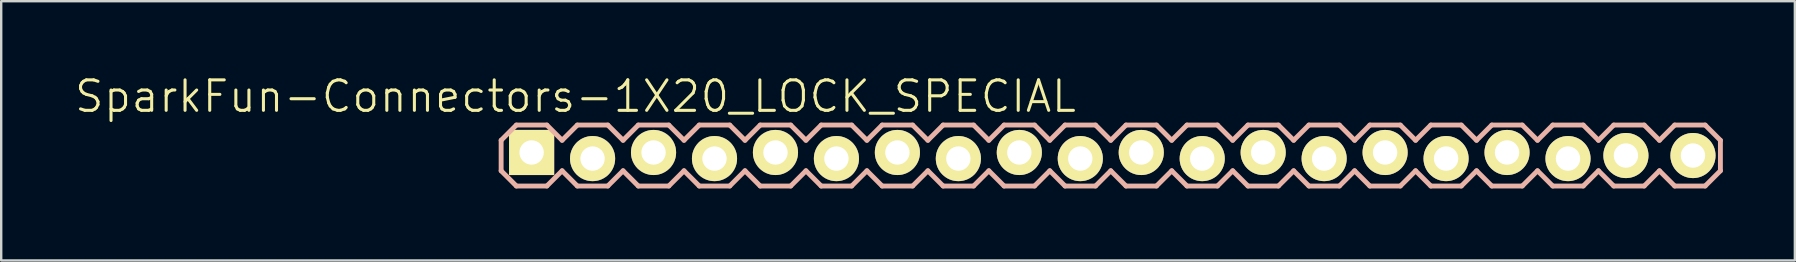
<source format=kicad_pcb>
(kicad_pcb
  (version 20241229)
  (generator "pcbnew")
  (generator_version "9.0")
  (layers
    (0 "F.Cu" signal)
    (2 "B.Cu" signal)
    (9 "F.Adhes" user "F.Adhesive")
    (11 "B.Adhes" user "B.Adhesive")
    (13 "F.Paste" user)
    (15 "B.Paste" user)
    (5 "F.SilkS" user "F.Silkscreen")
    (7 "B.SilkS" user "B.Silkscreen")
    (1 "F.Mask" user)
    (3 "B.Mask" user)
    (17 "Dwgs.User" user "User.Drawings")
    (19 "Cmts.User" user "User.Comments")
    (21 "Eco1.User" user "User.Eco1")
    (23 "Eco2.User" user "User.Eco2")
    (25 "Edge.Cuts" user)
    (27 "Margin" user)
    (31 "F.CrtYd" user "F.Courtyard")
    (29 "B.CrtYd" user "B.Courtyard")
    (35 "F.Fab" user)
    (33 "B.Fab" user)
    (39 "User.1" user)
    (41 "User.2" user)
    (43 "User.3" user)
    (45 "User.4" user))
  (footprint "SparkFun-Connectors-1X20_LOCK_SPECIAL"
    (layer "F.Cu")
    (at 19.099 3.43)
    (property "Reference" "SparkFun-Connectors-1X20_LOCK_SPECIAL" (at 1.829 -2.464 0) (layer "F.SilkS") (effects (font (size 1.27 1.27) (thickness 0.127))))
    (attr exclude_from_pos_files exclude_from_bom)
    (fp_line (start -0.254 -0.254) (end 0.254 -0.254) (stroke (width 0.066) (type solid)) (layer "F.SilkS"))
    (fp_line (start -0.254 0.254) (end -0.254 -0.254) (stroke (width 0.066) (type solid)) (layer "F.SilkS"))
    (fp_line (start -0.254 0.254) (end 0.254 0.254) (stroke (width 0.066) (type solid)) (layer "F.SilkS"))
    (fp_line (start 0.254 0.254) (end 0.254 -0.254) (stroke (width 0.066) (type solid)) (layer "F.SilkS"))
    (fp_line (start 2.286 -0.254) (end 2.794 -0.254) (stroke (width 0.066) (type solid)) (layer "F.SilkS"))
    (fp_line (start 2.286 0.254) (end 2.286 -0.254) (stroke (width 0.066) (type solid)) (layer "F.SilkS"))
    (fp_line (start 2.286 0.254) (end 2.794 0.254) (stroke (width 0.066) (type solid)) (layer "F.SilkS"))
    (fp_line (start 2.794 0.254) (end 2.794 -0.254) (stroke (width 0.066) (type solid)) (layer "F.SilkS"))
    (fp_line (start 4.826 -0.254) (end 5.334 -0.254) (stroke (width 0.066) (type solid)) (layer "F.SilkS"))
    (fp_line (start 4.826 0.254) (end 4.826 -0.254) (stroke (width 0.066) (type solid)) (layer "F.SilkS"))
    (fp_line (start 4.826 0.254) (end 5.334 0.254) (stroke (width 0.066) (type solid)) (layer "F.SilkS"))
    (fp_line (start 5.334 0.254) (end 5.334 -0.254) (stroke (width 0.066) (type solid)) (layer "F.SilkS"))
    (fp_line (start 7.366 -0.254) (end 7.874 -0.254) (stroke (width 0.066) (type solid)) (layer "F.SilkS"))
    (fp_line (start 7.366 0.254) (end 7.366 -0.254) (stroke (width 0.066) (type solid)) (layer "F.SilkS"))
    (fp_line (start 7.366 0.254) (end 7.874 0.254) (stroke (width 0.066) (type solid)) (layer "F.SilkS"))
    (fp_line (start 7.874 0.254) (end 7.874 -0.254) (stroke (width 0.066) (type solid)) (layer "F.SilkS"))
    (fp_line (start 9.906 -0.254) (end 10.414 -0.254) (stroke (width 0.066) (type solid)) (layer "F.SilkS"))
    (fp_line (start 9.906 0.254) (end 9.906 -0.254) (stroke (width 0.066) (type solid)) (layer "F.SilkS"))
    (fp_line (start 9.906 0.254) (end 10.414 0.254) (stroke (width 0.066) (type solid)) (layer "F.SilkS"))
    (fp_line (start 10.414 0.254) (end 10.414 -0.254) (stroke (width 0.066) (type solid)) (layer "F.SilkS"))
    (fp_line (start 12.446 -0.254) (end 12.954 -0.254) (stroke (width 0.066) (type solid)) (layer "F.SilkS"))
    (fp_line (start 12.446 0.254) (end 12.446 -0.254) (stroke (width 0.066) (type solid)) (layer "F.SilkS"))
    (fp_line (start 12.446 0.254) (end 12.954 0.254) (stroke (width 0.066) (type solid)) (layer "F.SilkS"))
    (fp_line (start 12.954 0.254) (end 12.954 -0.254) (stroke (width 0.066) (type solid)) (layer "F.SilkS"))
    (fp_line (start 14.986 -0.254) (end 15.494 -0.254) (stroke (width 0.066) (type solid)) (layer "F.SilkS"))
    (fp_line (start 14.986 0.254) (end 14.986 -0.254) (stroke (width 0.066) (type solid)) (layer "F.SilkS"))
    (fp_line (start 14.986 0.254) (end 15.494 0.254) (stroke (width 0.066) (type solid)) (layer "F.SilkS"))
    (fp_line (start 15.494 0.254) (end 15.494 -0.254) (stroke (width 0.066) (type solid)) (layer "F.SilkS"))
    (fp_line (start 17.523 -0.254) (end 18.034 -0.254) (stroke (width 0.066) (type solid)) (layer "F.SilkS"))
    (fp_line (start 17.523 0.254) (end 17.523 -0.254) (stroke (width 0.066) (type solid)) (layer "F.SilkS"))
    (fp_line (start 17.523 0.254) (end 18.034 0.254) (stroke (width 0.066) (type solid)) (layer "F.SilkS"))
    (fp_line (start 18.034 0.254) (end 18.034 -0.254) (stroke (width 0.066) (type solid)) (layer "F.SilkS"))
    (fp_line (start 20.066 -0.254) (end 20.574 -0.254) (stroke (width 0.066) (type solid)) (layer "F.SilkS"))
    (fp_line (start 20.066 0.254) (end 20.066 -0.254) (stroke (width 0.066) (type solid)) (layer "F.SilkS"))
    (fp_line (start 20.066 0.254) (end 20.574 0.254) (stroke (width 0.066) (type solid)) (layer "F.SilkS"))
    (fp_line (start 20.574 0.254) (end 20.574 -0.254) (stroke (width 0.066) (type solid)) (layer "F.SilkS"))
    (fp_line (start 22.606 -0.254) (end 23.114 -0.254) (stroke (width 0.066) (type solid)) (layer "F.SilkS"))
    (fp_line (start 22.606 0.254) (end 22.606 -0.254) (stroke (width 0.066) (type solid)) (layer "F.SilkS"))
    (fp_line (start 22.606 0.254) (end 23.114 0.254) (stroke (width 0.066) (type solid)) (layer "F.SilkS"))
    (fp_line (start 23.114 0.254) (end 23.114 -0.254) (stroke (width 0.066) (type solid)) (layer "F.SilkS"))
    (fp_line (start 25.146 -0.254) (end 25.654 -0.254) (stroke (width 0.066) (type solid)) (layer "F.SilkS"))
    (fp_line (start 25.146 0.254) (end 25.146 -0.254) (stroke (width 0.066) (type solid)) (layer "F.SilkS"))
    (fp_line (start 25.146 0.254) (end 25.654 0.254) (stroke (width 0.066) (type solid)) (layer "F.SilkS"))
    (fp_line (start 25.654 0.254) (end 25.654 -0.254) (stroke (width 0.066) (type solid)) (layer "F.SilkS"))
    (fp_line (start 27.686 -0.254) (end 28.194 -0.254) (stroke (width 0.066) (type solid)) (layer "F.SilkS"))
    (fp_line (start 27.686 0.254) (end 27.686 -0.254) (stroke (width 0.066) (type solid)) (layer "F.SilkS"))
    (fp_line (start 27.686 0.254) (end 28.194 0.254) (stroke (width 0.066) (type solid)) (layer "F.SilkS"))
    (fp_line (start 28.194 0.254) (end 28.194 -0.254) (stroke (width 0.066) (type solid)) (layer "F.SilkS"))
    (fp_line (start 30.226 -0.254) (end 30.734 -0.254) (stroke (width 0.066) (type solid)) (layer "F.SilkS"))
    (fp_line (start 30.226 0.254) (end 30.226 -0.254) (stroke (width 0.066) (type solid)) (layer "F.SilkS"))
    (fp_line (start 30.226 0.254) (end 30.734 0.254) (stroke (width 0.066) (type solid)) (layer "F.SilkS"))
    (fp_line (start 30.734 0.254) (end 30.734 -0.254) (stroke (width 0.066) (type solid)) (layer "F.SilkS"))
    (fp_line (start 32.766 -0.254) (end 33.274 -0.254) (stroke (width 0.066) (type solid)) (layer "F.SilkS"))
    (fp_line (start 32.766 0.254) (end 32.766 -0.254) (stroke (width 0.066) (type solid)) (layer "F.SilkS"))
    (fp_line (start 32.766 0.254) (end 33.274 0.254) (stroke (width 0.066) (type solid)) (layer "F.SilkS"))
    (fp_line (start 33.274 0.254) (end 33.274 -0.254) (stroke (width 0.066) (type solid)) (layer "F.SilkS"))
    (fp_line (start 35.303 -0.254) (end 35.814 -0.254) (stroke (width 0.066) (type solid)) (layer "F.SilkS"))
    (fp_line (start 35.303 0.254) (end 35.303 -0.254) (stroke (width 0.066) (type solid)) (layer "F.SilkS"))
    (fp_line (start 35.303 0.254) (end 35.814 0.254) (stroke (width 0.066) (type solid)) (layer "F.SilkS"))
    (fp_line (start 35.814 0.254) (end 35.814 -0.254) (stroke (width 0.066) (type solid)) (layer "F.SilkS"))
    (fp_line (start 37.846 -0.254) (end 38.354 -0.254) (stroke (width 0.066) (type solid)) (layer "F.SilkS"))
    (fp_line (start 37.846 0.254) (end 37.846 -0.254) (stroke (width 0.066) (type solid)) (layer "F.SilkS"))
    (fp_line (start 37.846 0.254) (end 38.354 0.254) (stroke (width 0.066) (type solid)) (layer "F.SilkS"))
    (fp_line (start 38.354 0.254) (end 38.354 -0.254) (stroke (width 0.066) (type solid)) (layer "F.SilkS"))
    (fp_line (start 40.386 -0.254) (end 40.894 -0.254) (stroke (width 0.066) (type solid)) (layer "F.SilkS"))
    (fp_line (start 40.386 0.254) (end 40.386 -0.254) (stroke (width 0.066) (type solid)) (layer "F.SilkS"))
    (fp_line (start 40.386 0.254) (end 40.894 0.254) (stroke (width 0.066) (type solid)) (layer "F.SilkS"))
    (fp_line (start 40.894 0.254) (end 40.894 -0.254) (stroke (width 0.066) (type solid)) (layer "F.SilkS"))
    (fp_line (start 42.926 -0.254) (end 43.434 -0.254) (stroke (width 0.066) (type solid)) (layer "F.SilkS"))
    (fp_line (start 42.926 0.254) (end 42.926 -0.254) (stroke (width 0.066) (type solid)) (layer "F.SilkS"))
    (fp_line (start 42.926 0.254) (end 43.434 0.254) (stroke (width 0.066) (type solid)) (layer "F.SilkS"))
    (fp_line (start 43.434 0.254) (end 43.434 -0.254) (stroke (width 0.066) (type solid)) (layer "F.SilkS"))
    (fp_line (start 45.466 -0.254) (end 45.974 -0.254) (stroke (width 0.066) (type solid)) (layer "F.SilkS"))
    (fp_line (start 45.466 0.254) (end 45.466 -0.254) (stroke (width 0.066) (type solid)) (layer "F.SilkS"))
    (fp_line (start 45.466 0.254) (end 45.974 0.254) (stroke (width 0.066) (type solid)) (layer "F.SilkS"))
    (fp_line (start 45.974 0.254) (end 45.974 -0.254) (stroke (width 0.066) (type solid)) (layer "F.SilkS"))
    (fp_line (start 48.006 -0.254) (end 48.514 -0.254) (stroke (width 0.066) (type solid)) (layer "F.SilkS"))
    (fp_line (start 48.006 0.254) (end 48.006 -0.254) (stroke (width 0.066) (type solid)) (layer "F.SilkS"))
    (fp_line (start 48.006 0.254) (end 48.514 0.254) (stroke (width 0.066) (type solid)) (layer "F.SilkS"))
    (fp_line (start 48.514 0.254) (end 48.514 -0.254) (stroke (width 0.066) (type solid)) (layer "F.SilkS"))
    (fp_line (start -1.27 -0.635) (end -1.27 0.635) (stroke (width 0.203) (type solid)) (layer "B.SilkS"))
    (fp_line (start -1.27 0.635) (end -0.635 1.27) (stroke (width 0.203) (type solid)) (layer "B.SilkS"))
    (fp_line (start -0.635 -1.27) (end -1.27 -0.635) (stroke (width 0.203) (type solid)) (layer "B.SilkS"))
    (fp_line (start -0.635 -1.27) (end 0.635 -1.27) (stroke (width 0.203) (type solid)) (layer "B.SilkS"))
    (fp_line (start 0.635 -1.27) (end 1.27 -0.635) (stroke (width 0.203) (type solid)) (layer "B.SilkS"))
    (fp_line (start 0.635 1.27) (end -0.635 1.27) (stroke (width 0.203) (type solid)) (layer "B.SilkS"))
    (fp_line (start 1.27 -0.635) (end 1.905 -1.27) (stroke (width 0.203) (type solid)) (layer "B.SilkS"))
    (fp_line (start 1.27 0.635) (end 0.635 1.27) (stroke (width 0.203) (type solid)) (layer "B.SilkS"))
    (fp_line (start 1.905 -1.27) (end 3.175 -1.27) (stroke (width 0.203) (type solid)) (layer "B.SilkS"))
    (fp_line (start 1.905 1.27) (end 1.27 0.635) (stroke (width 0.203) (type solid)) (layer "B.SilkS"))
    (fp_line (start 3.175 -1.27) (end 3.81 -0.635) (stroke (width 0.203) (type solid)) (layer "B.SilkS"))
    (fp_line (start 3.175 1.27) (end 1.905 1.27) (stroke (width 0.203) (type solid)) (layer "B.SilkS"))
    (fp_line (start 3.81 -0.635) (end 4.445 -1.27) (stroke (width 0.203) (type solid)) (layer "B.SilkS"))
    (fp_line (start 3.81 0.635) (end 3.175 1.27) (stroke (width 0.203) (type solid)) (layer "B.SilkS"))
    (fp_line (start 4.445 -1.27) (end 5.715 -1.27) (stroke (width 0.203) (type solid)) (layer "B.SilkS"))
    (fp_line (start 4.445 1.27) (end 3.81 0.635) (stroke (width 0.203) (type solid)) (layer "B.SilkS"))
    (fp_line (start 5.715 -1.27) (end 6.35 -0.635) (stroke (width 0.203) (type solid)) (layer "B.SilkS"))
    (fp_line (start 5.715 1.27) (end 4.445 1.27) (stroke (width 0.203) (type solid)) (layer "B.SilkS"))
    (fp_line (start 6.35 0.635) (end 5.715 1.27) (stroke (width 0.203) (type solid)) (layer "B.SilkS"))
    (fp_line (start 6.35 0.635) (end 6.985 1.27) (stroke (width 0.203) (type solid)) (layer "B.SilkS"))
    (fp_line (start 6.985 -1.27) (end 6.35 -0.635) (stroke (width 0.203) (type solid)) (layer "B.SilkS"))
    (fp_line (start 6.985 -1.27) (end 8.255 -1.27) (stroke (width 0.203) (type solid)) (layer "B.SilkS"))
    (fp_line (start 8.255 -1.27) (end 8.89 -0.635) (stroke (width 0.203) (type solid)) (layer "B.SilkS"))
    (fp_line (start 8.255 1.27) (end 6.985 1.27) (stroke (width 0.203) (type solid)) (layer "B.SilkS"))
    (fp_line (start 8.89 -0.635) (end 9.525 -1.27) (stroke (width 0.203) (type solid)) (layer "B.SilkS"))
    (fp_line (start 8.89 0.635) (end 8.255 1.27) (stroke (width 0.203) (type solid)) (layer "B.SilkS"))
    (fp_line (start 9.525 -1.27) (end 10.795 -1.27) (stroke (width 0.203) (type solid)) (layer "B.SilkS"))
    (fp_line (start 9.525 1.27) (end 8.89 0.635) (stroke (width 0.203) (type solid)) (layer "B.SilkS"))
    (fp_line (start 10.795 -1.27) (end 11.43 -0.635) (stroke (width 0.203) (type solid)) (layer "B.SilkS"))
    (fp_line (start 10.795 1.27) (end 9.525 1.27) (stroke (width 0.203) (type solid)) (layer "B.SilkS"))
    (fp_line (start 11.43 -0.635) (end 12.065 -1.27) (stroke (width 0.203) (type solid)) (layer "B.SilkS"))
    (fp_line (start 11.43 0.635) (end 10.795 1.27) (stroke (width 0.203) (type solid)) (layer "B.SilkS"))
    (fp_line (start 12.065 -1.27) (end 13.335 -1.27) (stroke (width 0.203) (type solid)) (layer "B.SilkS"))
    (fp_line (start 12.065 1.27) (end 11.43 0.635) (stroke (width 0.203) (type solid)) (layer "B.SilkS"))
    (fp_line (start 13.335 -1.27) (end 13.97 -0.635) (stroke (width 0.203) (type solid)) (layer "B.SilkS"))
    (fp_line (start 13.335 1.27) (end 12.065 1.27) (stroke (width 0.203) (type solid)) (layer "B.SilkS"))
    (fp_line (start 13.97 0.635) (end 13.335 1.27) (stroke (width 0.203) (type solid)) (layer "B.SilkS"))
    (fp_line (start 13.97 0.635) (end 14.605 1.27) (stroke (width 0.203) (type solid)) (layer "B.SilkS"))
    (fp_line (start 14.605 -1.27) (end 13.97 -0.635) (stroke (width 0.203) (type solid)) (layer "B.SilkS"))
    (fp_line (start 14.605 -1.27) (end 15.875 -1.27) (stroke (width 0.203) (type solid)) (layer "B.SilkS"))
    (fp_line (start 15.875 -1.27) (end 16.51 -0.635) (stroke (width 0.203) (type solid)) (layer "B.SilkS"))
    (fp_line (start 15.875 1.27) (end 14.605 1.27) (stroke (width 0.203) (type solid)) (layer "B.SilkS"))
    (fp_line (start 16.51 0.635) (end 15.875 1.27) (stroke (width 0.203) (type solid)) (layer "B.SilkS"))
    (fp_line (start 16.51 0.635) (end 17.145 1.27) (stroke (width 0.203) (type solid)) (layer "B.SilkS"))
    (fp_line (start 17.145 -1.27) (end 16.51 -0.635) (stroke (width 0.203) (type solid)) (layer "B.SilkS"))
    (fp_line (start 17.145 -1.27) (end 18.415 -1.27) (stroke (width 0.203) (type solid)) (layer "B.SilkS"))
    (fp_line (start 18.415 -1.27) (end 19.05 -0.635) (stroke (width 0.203) (type solid)) (layer "B.SilkS"))
    (fp_line (start 18.415 1.27) (end 17.145 1.27) (stroke (width 0.203) (type solid)) (layer "B.SilkS"))
    (fp_line (start 19.05 -0.635) (end 19.685 -1.27) (stroke (width 0.203) (type solid)) (layer "B.SilkS"))
    (fp_line (start 19.05 0.635) (end 18.415 1.27) (stroke (width 0.203) (type solid)) (layer "B.SilkS"))
    (fp_line (start 19.685 -1.27) (end 20.955 -1.27) (stroke (width 0.203) (type solid)) (layer "B.SilkS"))
    (fp_line (start 19.685 1.27) (end 19.05 0.635) (stroke (width 0.203) (type solid)) (layer "B.SilkS"))
    (fp_line (start 20.955 -1.27) (end 21.59 -0.635) (stroke (width 0.203) (type solid)) (layer "B.SilkS"))
    (fp_line (start 20.955 1.27) (end 19.685 1.27) (stroke (width 0.203) (type solid)) (layer "B.SilkS"))
    (fp_line (start 21.59 -0.635) (end 22.225 -1.27) (stroke (width 0.203) (type solid)) (layer "B.SilkS"))
    (fp_line (start 21.59 0.635) (end 20.955 1.27) (stroke (width 0.203) (type solid)) (layer "B.SilkS"))
    (fp_line (start 22.225 -1.27) (end 23.495 -1.27) (stroke (width 0.203) (type solid)) (layer "B.SilkS"))
    (fp_line (start 22.225 1.27) (end 21.59 0.635) (stroke (width 0.203) (type solid)) (layer "B.SilkS"))
    (fp_line (start 23.495 -1.27) (end 24.13 -0.635) (stroke (width 0.203) (type solid)) (layer "B.SilkS"))
    (fp_line (start 23.495 1.27) (end 22.225 1.27) (stroke (width 0.203) (type solid)) (layer "B.SilkS"))
    (fp_line (start 24.13 0.635) (end 23.495 1.27) (stroke (width 0.203) (type solid)) (layer "B.SilkS"))
    (fp_line (start 24.13 0.635) (end 24.765 1.27) (stroke (width 0.203) (type solid)) (layer "B.SilkS"))
    (fp_line (start 24.765 -1.27) (end 24.13 -0.635) (stroke (width 0.203) (type solid)) (layer "B.SilkS"))
    (fp_line (start 24.765 -1.27) (end 26.035 -1.27) (stroke (width 0.203) (type solid)) (layer "B.SilkS"))
    (fp_line (start 26.035 -1.27) (end 26.67 -0.635) (stroke (width 0.203) (type solid)) (layer "B.SilkS"))
    (fp_line (start 26.035 1.27) (end 24.765 1.27) (stroke (width 0.203) (type solid)) (layer "B.SilkS"))
    (fp_line (start 26.67 -0.635) (end 27.305 -1.27) (stroke (width 0.203) (type solid)) (layer "B.SilkS"))
    (fp_line (start 26.67 0.635) (end 26.035 1.27) (stroke (width 0.203) (type solid)) (layer "B.SilkS"))
    (fp_line (start 27.305 -1.27) (end 28.575 -1.27) (stroke (width 0.203) (type solid)) (layer "B.SilkS"))
    (fp_line (start 27.305 1.27) (end 26.67 0.635) (stroke (width 0.203) (type solid)) (layer "B.SilkS"))
    (fp_line (start 28.575 -1.27) (end 29.21 -0.635) (stroke (width 0.203) (type solid)) (layer "B.SilkS"))
    (fp_line (start 28.575 1.27) (end 27.305 1.27) (stroke (width 0.203) (type solid)) (layer "B.SilkS"))
    (fp_line (start 29.21 -0.635) (end 29.845 -1.27) (stroke (width 0.203) (type solid)) (layer "B.SilkS"))
    (fp_line (start 29.21 0.635) (end 28.575 1.27) (stroke (width 0.203) (type solid)) (layer "B.SilkS"))
    (fp_line (start 29.845 -1.27) (end 31.115 -1.27) (stroke (width 0.203) (type solid)) (layer "B.SilkS"))
    (fp_line (start 29.845 1.27) (end 29.21 0.635) (stroke (width 0.203) (type solid)) (layer "B.SilkS"))
    (fp_line (start 31.115 -1.27) (end 31.75 -0.635) (stroke (width 0.203) (type solid)) (layer "B.SilkS"))
    (fp_line (start 31.115 1.27) (end 29.845 1.27) (stroke (width 0.203) (type solid)) (layer "B.SilkS"))
    (fp_line (start 31.75 0.635) (end 31.115 1.27) (stroke (width 0.203) (type solid)) (layer "B.SilkS"))
    (fp_line (start 31.75 0.635) (end 32.385 1.27) (stroke (width 0.203) (type solid)) (layer "B.SilkS"))
    (fp_line (start 32.385 -1.27) (end 31.75 -0.635) (stroke (width 0.203) (type solid)) (layer "B.SilkS"))
    (fp_line (start 32.385 -1.27) (end 33.655 -1.27) (stroke (width 0.203) (type solid)) (layer "B.SilkS"))
    (fp_line (start 33.655 -1.27) (end 34.29 -0.635) (stroke (width 0.203) (type solid)) (layer "B.SilkS"))
    (fp_line (start 33.655 1.27) (end 32.385 1.27) (stroke (width 0.203) (type solid)) (layer "B.SilkS"))
    (fp_line (start 34.29 0.635) (end 33.655 1.27) (stroke (width 0.203) (type solid)) (layer "B.SilkS"))
    (fp_line (start 34.29 0.635) (end 34.925 1.27) (stroke (width 0.203) (type solid)) (layer "B.SilkS"))
    (fp_line (start 34.925 -1.27) (end 34.29 -0.635) (stroke (width 0.203) (type solid)) (layer "B.SilkS"))
    (fp_line (start 34.925 -1.27) (end 36.195 -1.27) (stroke (width 0.203) (type solid)) (layer "B.SilkS"))
    (fp_line (start 36.195 -1.27) (end 36.83 -0.635) (stroke (width 0.203) (type solid)) (layer "B.SilkS"))
    (fp_line (start 36.195 1.27) (end 34.925 1.27) (stroke (width 0.203) (type solid)) (layer "B.SilkS"))
    (fp_line (start 36.83 0.635) (end 36.195 1.27) (stroke (width 0.203) (type solid)) (layer "B.SilkS"))
    (fp_line (start 36.83 0.635) (end 37.465 1.27) (stroke (width 0.203) (type solid)) (layer "B.SilkS"))
    (fp_line (start 37.465 -1.27) (end 36.83 -0.635) (stroke (width 0.203) (type solid)) (layer "B.SilkS"))
    (fp_line (start 37.465 -1.27) (end 38.735 -1.27) (stroke (width 0.203) (type solid)) (layer "B.SilkS"))
    (fp_line (start 38.735 -1.27) (end 39.37 -0.635) (stroke (width 0.203) (type solid)) (layer "B.SilkS"))
    (fp_line (start 38.735 1.27) (end 37.465 1.27) (stroke (width 0.203) (type solid)) (layer "B.SilkS"))
    (fp_line (start 39.37 0.635) (end 38.735 1.27) (stroke (width 0.203) (type solid)) (layer "B.SilkS"))
    (fp_line (start 39.37 0.635) (end 40.005 1.27) (stroke (width 0.203) (type solid)) (layer "B.SilkS"))
    (fp_line (start 40.005 -1.27) (end 39.37 -0.635) (stroke (width 0.203) (type solid)) (layer "B.SilkS"))
    (fp_line (start 40.005 -1.27) (end 41.275 -1.27) (stroke (width 0.203) (type solid)) (layer "B.SilkS"))
    (fp_line (start 41.275 -1.27) (end 41.91 -0.635) (stroke (width 0.203) (type solid)) (layer "B.SilkS"))
    (fp_line (start 41.275 1.27) (end 40.005 1.27) (stroke (width 0.203) (type solid)) (layer "B.SilkS"))
    (fp_line (start 41.91 0.635) (end 41.275 1.27) (stroke (width 0.203) (type solid)) (layer "B.SilkS"))
    (fp_line (start 41.91 0.635) (end 42.545 1.27) (stroke (width 0.203) (type solid)) (layer "B.SilkS"))
    (fp_line (start 42.545 -1.27) (end 41.91 -0.635) (stroke (width 0.203) (type solid)) (layer "B.SilkS"))
    (fp_line (start 42.545 -1.27) (end 43.815 -1.27) (stroke (width 0.203) (type solid)) (layer "B.SilkS"))
    (fp_line (start 43.815 -1.27) (end 44.45 -0.635) (stroke (width 0.203) (type solid)) (layer "B.SilkS"))
    (fp_line (start 43.815 1.27) (end 42.545 1.27) (stroke (width 0.203) (type solid)) (layer "B.SilkS"))
    (fp_line (start 44.45 0.635) (end 43.815 1.27) (stroke (width 0.203) (type solid)) (layer "B.SilkS"))
    (fp_line (start 44.45 0.635) (end 45.085 1.27) (stroke (width 0.203) (type solid)) (layer "B.SilkS"))
    (fp_line (start 45.085 -1.27) (end 44.45 -0.635) (stroke (width 0.203) (type solid)) (layer "B.SilkS"))
    (fp_line (start 45.085 -1.27) (end 46.355 -1.27) (stroke (width 0.203) (type solid)) (layer "B.SilkS"))
    (fp_line (start 46.355 -1.27) (end 46.99 -0.635) (stroke (width 0.203) (type solid)) (layer "B.SilkS"))
    (fp_line (start 46.355 1.27) (end 45.085 1.27) (stroke (width 0.203) (type solid)) (layer "B.SilkS"))
    (fp_line (start 46.99 0.635) (end 46.355 1.27) (stroke (width 0.203) (type solid)) (layer "B.SilkS"))
    (fp_line (start 46.99 0.635) (end 47.625 1.27) (stroke (width 0.203) (type solid)) (layer "B.SilkS"))
    (fp_line (start 47.625 -1.27) (end 46.99 -0.635) (stroke (width 0.203) (type solid)) (layer "B.SilkS"))
    (fp_line (start 47.625 -1.27) (end 48.895 -1.27) (stroke (width 0.203) (type solid)) (layer "B.SilkS"))
    (fp_line (start 48.895 -1.27) (end 49.53 -0.635) (stroke (width 0.203) (type solid)) (layer "B.SilkS"))
    (fp_line (start 48.895 1.27) (end 47.625 1.27) (stroke (width 0.203) (type solid)) (layer "B.SilkS"))
    (fp_line (start 49.53 -0.635) (end 49.53 0.635) (stroke (width 0.203) (type solid)) (layer "B.SilkS"))
    (fp_line (start 49.53 0.635) (end 48.895 1.27) (stroke (width 0.203) (type solid)) (layer "B.SilkS"))
    (pad "1" thru_hole rect (at 0 -0.127) (size 1.88 1.88) (drill 1.016) (layers "*.Cu" "F.Mask" "F.SilkS" "F.Paste"))
    (pad "2" thru_hole circle (at 2.54 0.127) (size 1.88 1.88) (drill 1.016) (layers "*.Cu" "F.Mask" "F.SilkS" "F.Paste"))
    (pad "3" thru_hole circle (at 5.08 -0.127) (size 1.88 1.88) (drill 1.016) (layers "*.Cu" "F.Mask" "F.SilkS" "F.Paste"))
    (pad "4" thru_hole circle (at 7.62 0.127) (size 1.88 1.88) (drill 1.016) (layers "*.Cu" "F.Mask" "F.SilkS" "F.Paste"))
    (pad "5" thru_hole circle (at 10.16 -0.127) (size 1.88 1.88) (drill 1.016) (layers "*.Cu" "F.Mask" "F.SilkS" "F.Paste"))
    (pad "6" thru_hole circle (at 12.7 0.127) (size 1.88 1.88) (drill 1.016) (layers "*.Cu" "F.Mask" "F.SilkS" "F.Paste"))
    (pad "7" thru_hole circle (at 15.24 -0.127) (size 1.88 1.88) (drill 1.016) (layers "*.Cu" "F.Mask" "F.SilkS" "F.Paste"))
    (pad "8" thru_hole circle (at 17.78 0.127) (size 1.88 1.88) (drill 1.016) (layers "*.Cu" "F.Mask" "F.SilkS" "F.Paste"))
    (pad "9" thru_hole circle (at 20.32 -0.127) (size 1.88 1.88) (drill 1.016) (layers "*.Cu" "F.Mask" "F.SilkS" "F.Paste"))
    (pad "10" thru_hole circle (at 22.86 0.127) (size 1.88 1.88) (drill 1.016) (layers "*.Cu" "F.Mask" "F.SilkS" "F.Paste"))
    (pad "11" thru_hole circle (at 25.4 -0.127) (size 1.88 1.88) (drill 1.016) (layers "*.Cu" "F.Mask" "F.SilkS" "F.Paste"))
    (pad "12" thru_hole circle (at 27.94 0.127) (size 1.88 1.88) (drill 1.016) (layers "*.Cu" "F.Mask" "F.SilkS" "F.Paste"))
    (pad "13" thru_hole circle (at 30.48 -0.127) (size 1.88 1.88) (drill 1.016) (layers "*.Cu" "F.Mask" "F.SilkS" "F.Paste"))
    (pad "14" thru_hole circle (at 33.02 0.127) (size 1.88 1.88) (drill 1.016) (layers "*.Cu" "F.Mask" "F.SilkS" "F.Paste"))
    (pad "15" thru_hole circle (at 35.56 -0.127) (size 1.88 1.88) (drill 1.016) (layers "*.Cu" "F.Mask" "F.SilkS" "F.Paste"))
    (pad "16" thru_hole circle (at 38.1 0.127) (size 1.88 1.88) (drill 1.016) (layers "*.Cu" "F.Mask" "F.SilkS" "F.Paste"))
    (pad "17" thru_hole circle (at 40.64 -0.127) (size 1.88 1.88) (drill 1.016) (layers "*.Cu" "F.Mask" "F.SilkS" "F.Paste"))
    (pad "18" thru_hole circle (at 43.18 0.127) (size 1.88 1.88) (drill 1.016) (layers "*.Cu" "F.Mask" "F.SilkS" "F.Paste"))
    (pad "19" thru_hole circle (at 45.593 0) (size 1.88 1.88) (drill 1.016) (layers "*.Cu" "F.Mask" "F.SilkS" "F.Paste"))
    (pad "20" thru_hole circle (at 48.387 0) (size 1.88 1.88) (drill 1.016) (layers "*.Cu" "F.Mask" "F.SilkS" "F.Paste")))
  (gr_rect
    (start -3 -3)
    (end 71.731 7.801)
    (stroke (width 0.1) (type default))
    (fill no)
    (layer "Edge.Cuts")))
</source>
